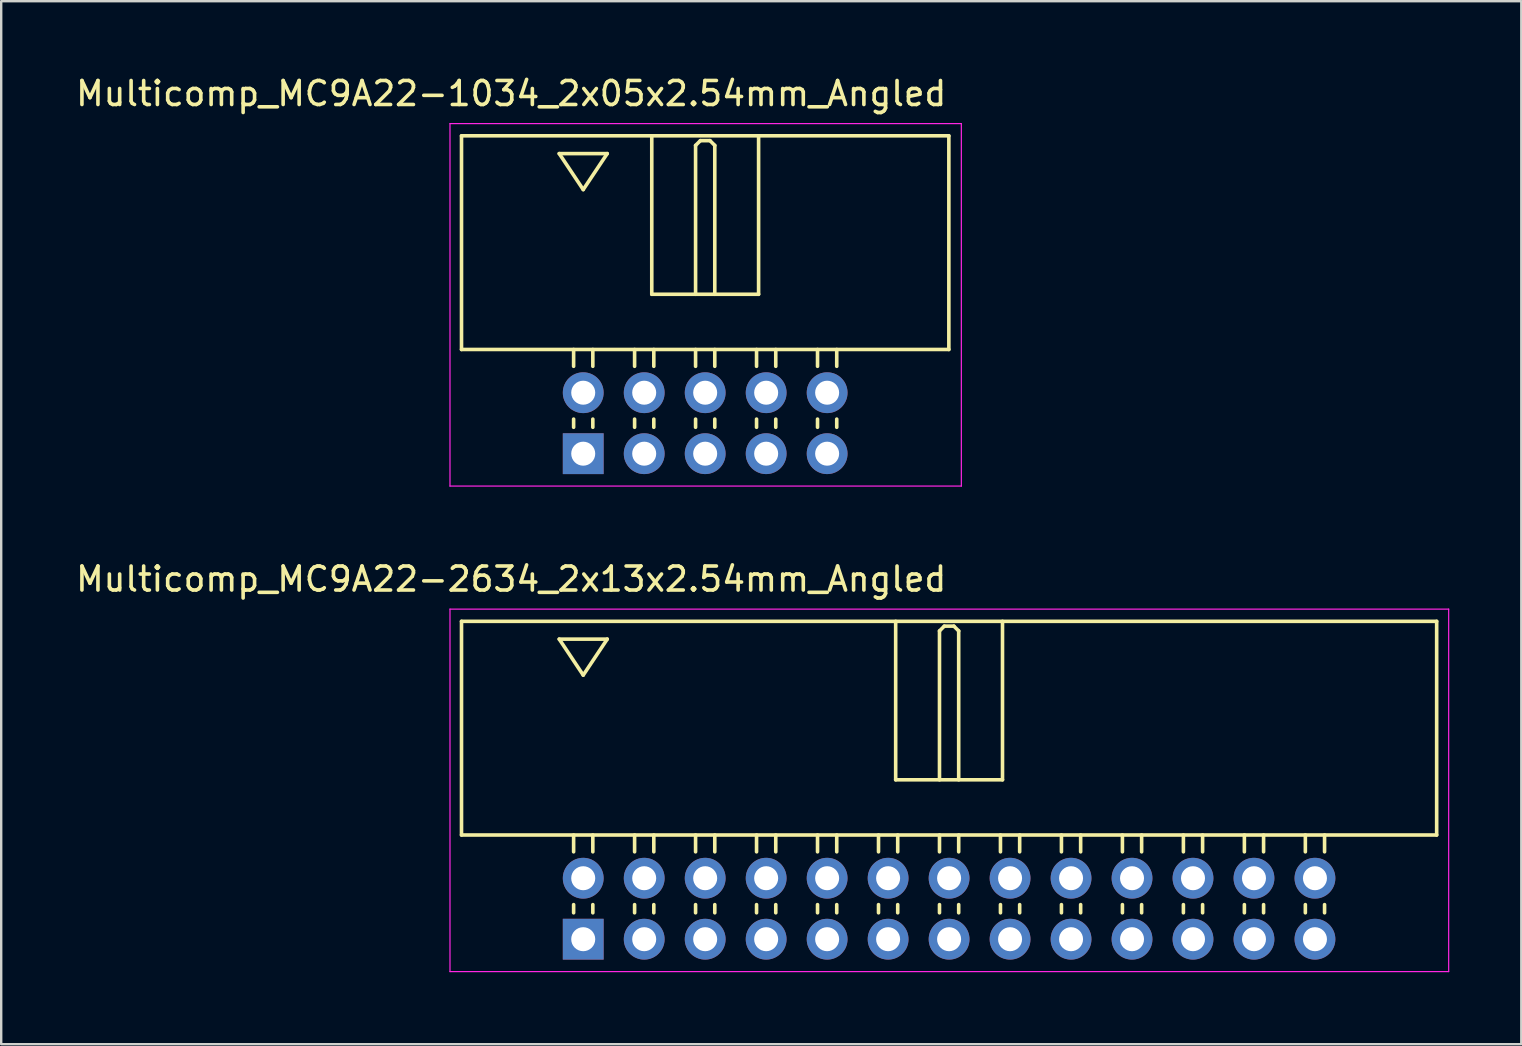
<source format=kicad_pcb>
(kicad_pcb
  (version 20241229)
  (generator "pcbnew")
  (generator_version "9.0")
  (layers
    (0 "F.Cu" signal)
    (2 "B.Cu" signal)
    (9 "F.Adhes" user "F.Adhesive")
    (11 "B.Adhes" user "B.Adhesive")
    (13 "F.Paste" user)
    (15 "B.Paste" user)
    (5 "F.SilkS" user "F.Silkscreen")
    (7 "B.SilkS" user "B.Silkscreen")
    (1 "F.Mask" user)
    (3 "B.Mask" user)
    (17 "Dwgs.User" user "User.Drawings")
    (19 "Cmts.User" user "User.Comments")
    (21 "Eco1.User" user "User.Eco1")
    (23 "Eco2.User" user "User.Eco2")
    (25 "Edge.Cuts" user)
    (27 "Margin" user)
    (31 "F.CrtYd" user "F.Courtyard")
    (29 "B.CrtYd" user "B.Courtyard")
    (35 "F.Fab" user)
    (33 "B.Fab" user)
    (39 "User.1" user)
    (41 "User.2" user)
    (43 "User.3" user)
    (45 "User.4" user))
  (footprint "Multicomp_MC9A22-1034_2x05x2.54mm_Angled"
    (layer "F.Cu")
    (at 21.244 15.848)
    (property "Reference" "Multicomp_MC9A22-1034_2x05x2.54mm_Angled" (at -3 -15 0) (layer "F.SilkS") (effects (font (size 1 1) (thickness 0.15))))
    (attr through_hole)
    (fp_line (start -5.07 -13.24) (end 15.23 -13.24) (stroke (width 0.15) (type solid)) (layer "F.SilkS"))
    (fp_line (start -5.07 -4.34) (end -5.07 -13.24) (stroke (width 0.15) (type solid)) (layer "F.SilkS"))
    (fp_line (start -1 -12.5) (end 1 -12.5) (stroke (width 0.15) (type solid)) (layer "F.SilkS"))
    (fp_line (start -0.4 -3.64) (end -0.4 -4.34) (stroke (width 0.15) (type solid)) (layer "F.SilkS"))
    (fp_line (start -0.4 -1.1) (end -0.4 -1.44) (stroke (width 0.15) (type solid)) (layer "F.SilkS"))
    (fp_line (start 0 -11) (end -1 -12.5) (stroke (width 0.15) (type solid)) (layer "F.SilkS"))
    (fp_line (start 0.4 -3.64) (end 0.4 -4.34) (stroke (width 0.15) (type solid)) (layer "F.SilkS"))
    (fp_line (start 0.4 -1.1) (end 0.4 -1.44) (stroke (width 0.15) (type solid)) (layer "F.SilkS"))
    (fp_line (start 1 -12.5) (end 0 -11) (stroke (width 0.15) (type solid)) (layer "F.SilkS"))
    (fp_line (start 2.14 -3.64) (end 2.14 -4.34) (stroke (width 0.15) (type solid)) (layer "F.SilkS"))
    (fp_line (start 2.14 -1.1) (end 2.14 -1.44) (stroke (width 0.15) (type solid)) (layer "F.SilkS"))
    (fp_line (start 2.855 -13.24) (end 2.855 -6.64) (stroke (width 0.15) (type solid)) (layer "F.SilkS"))
    (fp_line (start 2.855 -6.64) (end 7.305 -6.64) (stroke (width 0.15) (type solid)) (layer "F.SilkS"))
    (fp_line (start 2.94 -3.64) (end 2.94 -4.34) (stroke (width 0.15) (type solid)) (layer "F.SilkS"))
    (fp_line (start 2.94 -1.1) (end 2.94 -1.44) (stroke (width 0.15) (type solid)) (layer "F.SilkS"))
    (fp_line (start 4.68 -12.84) (end 4.88 -13.04) (stroke (width 0.15) (type solid)) (layer "F.SilkS"))
    (fp_line (start 4.68 -6.64) (end 4.68 -12.84) (stroke (width 0.15) (type solid)) (layer "F.SilkS"))
    (fp_line (start 4.68 -3.64) (end 4.68 -4.34) (stroke (width 0.15) (type solid)) (layer "F.SilkS"))
    (fp_line (start 4.68 -1.1) (end 4.68 -1.44) (stroke (width 0.15) (type solid)) (layer "F.SilkS"))
    (fp_line (start 4.88 -13.04) (end 5.28 -13.04) (stroke (width 0.15) (type solid)) (layer "F.SilkS"))
    (fp_line (start 5.28 -13.04) (end 5.48 -12.84) (stroke (width 0.15) (type solid)) (layer "F.SilkS"))
    (fp_line (start 5.48 -12.84) (end 5.48 -6.64) (stroke (width 0.15) (type solid)) (layer "F.SilkS"))
    (fp_line (start 5.48 -3.64) (end 5.48 -4.34) (stroke (width 0.15) (type solid)) (layer "F.SilkS"))
    (fp_line (start 5.48 -1.1) (end 5.48 -1.44) (stroke (width 0.15) (type solid)) (layer "F.SilkS"))
    (fp_line (start 7.22 -3.64) (end 7.22 -4.34) (stroke (width 0.15) (type solid)) (layer "F.SilkS"))
    (fp_line (start 7.22 -1.1) (end 7.22 -1.44) (stroke (width 0.15) (type solid)) (layer "F.SilkS"))
    (fp_line (start 7.305 -6.64) (end 7.305 -13.24) (stroke (width 0.15) (type solid)) (layer "F.SilkS"))
    (fp_line (start 8.02 -3.64) (end 8.02 -4.34) (stroke (width 0.15) (type solid)) (layer "F.SilkS"))
    (fp_line (start 8.02 -1.1) (end 8.02 -1.44) (stroke (width 0.15) (type solid)) (layer "F.SilkS"))
    (fp_line (start 9.76 -3.64) (end 9.76 -4.34) (stroke (width 0.15) (type solid)) (layer "F.SilkS"))
    (fp_line (start 9.76 -1.1) (end 9.76 -1.44) (stroke (width 0.15) (type solid)) (layer "F.SilkS"))
    (fp_line (start 10.56 -3.64) (end 10.56 -4.34) (stroke (width 0.15) (type solid)) (layer "F.SilkS"))
    (fp_line (start 10.56 -1.1) (end 10.56 -1.44) (stroke (width 0.15) (type solid)) (layer "F.SilkS"))
    (fp_line (start 15.23 -13.24) (end 15.23 -4.34) (stroke (width 0.15) (type solid)) (layer "F.SilkS"))
    (fp_line (start 15.23 -4.34) (end -5.07 -4.34) (stroke (width 0.15) (type solid)) (layer "F.SilkS"))
    (fp_line (start -5.55 -13.75) (end 15.75 -13.75) (stroke (width 0.05) (type solid)) (layer "F.CrtYd"))
    (fp_line (start -5.55 1.35) (end -5.55 -13.75) (stroke (width 0.05) (type solid)) (layer "F.CrtYd"))
    (fp_line (start 15.75 -13.75) (end 15.75 1.35) (stroke (width 0.05) (type solid)) (layer "F.CrtYd"))
    (fp_line (start 15.75 1.35) (end -5.55 1.35) (stroke (width 0.05) (type solid)) (layer "F.CrtYd"))
    (pad "1" thru_hole rect (at 0 0) (size 1.7 1.7) (drill 1) (layers "*.Cu" "*.Mask"))
    (pad "2" thru_hole circle (at 0 -2.54) (size 1.7 1.7) (drill 1) (layers "*.Cu" "*.Mask"))
    (pad "3" thru_hole circle (at 2.54 0) (size 1.7 1.7) (drill 1) (layers "*.Cu" "*.Mask"))
    (pad "4" thru_hole circle (at 2.54 -2.54) (size 1.7 1.7) (drill 1) (layers "*.Cu" "*.Mask"))
    (pad "5" thru_hole circle (at 5.08 0) (size 1.7 1.7) (drill 1) (layers "*.Cu" "*.Mask"))
    (pad "6" thru_hole circle (at 5.08 -2.54) (size 1.7 1.7) (drill 1) (layers "*.Cu" "*.Mask"))
    (pad "7" thru_hole circle (at 7.62 0) (size 1.7 1.7) (drill 1) (layers "*.Cu" "*.Mask"))
    (pad "8" thru_hole circle (at 7.62 -2.54) (size 1.7 1.7) (drill 1) (layers "*.Cu" "*.Mask"))
    (pad "9" thru_hole circle (at 10.16 0) (size 1.7 1.7) (drill 1) (layers "*.Cu" "*.Mask"))
    (pad "10" thru_hole circle (at 10.16 -2.54) (size 1.7 1.7) (drill 1) (layers "*.Cu" "*.Mask")))
  (footprint "Multicomp_MC9A22-2634_2x13x2.54mm_Angled"
    (layer "F.Cu")
    (at 21.244 36.072)
    (property "Reference" "Multicomp_MC9A22-2634_2x13x2.54mm_Angled" (at -3 -15 0) (layer "F.SilkS") (effects (font (size 1 1) (thickness 0.15))))
    (attr through_hole)
    (fp_line (start -5.07 -13.24) (end 35.55 -13.24) (stroke (width 0.15) (type solid)) (layer "F.SilkS"))
    (fp_line (start -5.07 -4.34) (end -5.07 -13.24) (stroke (width 0.15) (type solid)) (layer "F.SilkS"))
    (fp_line (start -1 -12.5) (end 1 -12.5) (stroke (width 0.15) (type solid)) (layer "F.SilkS"))
    (fp_line (start -0.4 -3.64) (end -0.4 -4.34) (stroke (width 0.15) (type solid)) (layer "F.SilkS"))
    (fp_line (start -0.4 -1.1) (end -0.4 -1.44) (stroke (width 0.15) (type solid)) (layer "F.SilkS"))
    (fp_line (start 0 -11) (end -1 -12.5) (stroke (width 0.15) (type solid)) (layer "F.SilkS"))
    (fp_line (start 0.4 -3.64) (end 0.4 -4.34) (stroke (width 0.15) (type solid)) (layer "F.SilkS"))
    (fp_line (start 0.4 -1.1) (end 0.4 -1.44) (stroke (width 0.15) (type solid)) (layer "F.SilkS"))
    (fp_line (start 1 -12.5) (end 0 -11) (stroke (width 0.15) (type solid)) (layer "F.SilkS"))
    (fp_line (start 2.14 -3.64) (end 2.14 -4.34) (stroke (width 0.15) (type solid)) (layer "F.SilkS"))
    (fp_line (start 2.14 -1.1) (end 2.14 -1.44) (stroke (width 0.15) (type solid)) (layer "F.SilkS"))
    (fp_line (start 2.94 -3.64) (end 2.94 -4.34) (stroke (width 0.15) (type solid)) (layer "F.SilkS"))
    (fp_line (start 2.94 -1.1) (end 2.94 -1.44) (stroke (width 0.15) (type solid)) (layer "F.SilkS"))
    (fp_line (start 4.68 -3.64) (end 4.68 -4.34) (stroke (width 0.15) (type solid)) (layer "F.SilkS"))
    (fp_line (start 4.68 -1.1) (end 4.68 -1.44) (stroke (width 0.15) (type solid)) (layer "F.SilkS"))
    (fp_line (start 5.48 -3.64) (end 5.48 -4.34) (stroke (width 0.15) (type solid)) (layer "F.SilkS"))
    (fp_line (start 5.48 -1.1) (end 5.48 -1.44) (stroke (width 0.15) (type solid)) (layer "F.SilkS"))
    (fp_line (start 7.22 -3.64) (end 7.22 -4.34) (stroke (width 0.15) (type solid)) (layer "F.SilkS"))
    (fp_line (start 7.22 -1.1) (end 7.22 -1.44) (stroke (width 0.15) (type solid)) (layer "F.SilkS"))
    (fp_line (start 8.02 -3.64) (end 8.02 -4.34) (stroke (width 0.15) (type solid)) (layer "F.SilkS"))
    (fp_line (start 8.02 -1.1) (end 8.02 -1.44) (stroke (width 0.15) (type solid)) (layer "F.SilkS"))
    (fp_line (start 9.76 -3.64) (end 9.76 -4.34) (stroke (width 0.15) (type solid)) (layer "F.SilkS"))
    (fp_line (start 9.76 -1.1) (end 9.76 -1.44) (stroke (width 0.15) (type solid)) (layer "F.SilkS"))
    (fp_line (start 10.56 -3.64) (end 10.56 -4.34) (stroke (width 0.15) (type solid)) (layer "F.SilkS"))
    (fp_line (start 10.56 -1.1) (end 10.56 -1.44) (stroke (width 0.15) (type solid)) (layer "F.SilkS"))
    (fp_line (start 12.3 -3.64) (end 12.3 -4.34) (stroke (width 0.15) (type solid)) (layer "F.SilkS"))
    (fp_line (start 12.3 -1.1) (end 12.3 -1.44) (stroke (width 0.15) (type solid)) (layer "F.SilkS"))
    (fp_line (start 13.015 -13.24) (end 13.015 -6.64) (stroke (width 0.15) (type solid)) (layer "F.SilkS"))
    (fp_line (start 13.015 -6.64) (end 17.465 -6.64) (stroke (width 0.15) (type solid)) (layer "F.SilkS"))
    (fp_line (start 13.1 -3.64) (end 13.1 -4.34) (stroke (width 0.15) (type solid)) (layer "F.SilkS"))
    (fp_line (start 13.1 -1.1) (end 13.1 -1.44) (stroke (width 0.15) (type solid)) (layer "F.SilkS"))
    (fp_line (start 14.84 -12.84) (end 15.04 -13.04) (stroke (width 0.15) (type solid)) (layer "F.SilkS"))
    (fp_line (start 14.84 -6.64) (end 14.84 -12.84) (stroke (width 0.15) (type solid)) (layer "F.SilkS"))
    (fp_line (start 14.84 -3.64) (end 14.84 -4.34) (stroke (width 0.15) (type solid)) (layer "F.SilkS"))
    (fp_line (start 14.84 -1.1) (end 14.84 -1.44) (stroke (width 0.15) (type solid)) (layer "F.SilkS"))
    (fp_line (start 15.04 -13.04) (end 15.44 -13.04) (stroke (width 0.15) (type solid)) (layer "F.SilkS"))
    (fp_line (start 15.44 -13.04) (end 15.64 -12.84) (stroke (width 0.15) (type solid)) (layer "F.SilkS"))
    (fp_line (start 15.64 -12.84) (end 15.64 -6.64) (stroke (width 0.15) (type solid)) (layer "F.SilkS"))
    (fp_line (start 15.64 -3.64) (end 15.64 -4.34) (stroke (width 0.15) (type solid)) (layer "F.SilkS"))
    (fp_line (start 15.64 -1.1) (end 15.64 -1.44) (stroke (width 0.15) (type solid)) (layer "F.SilkS"))
    (fp_line (start 17.38 -3.64) (end 17.38 -4.34) (stroke (width 0.15) (type solid)) (layer "F.SilkS"))
    (fp_line (start 17.38 -1.1) (end 17.38 -1.44) (stroke (width 0.15) (type solid)) (layer "F.SilkS"))
    (fp_line (start 17.465 -6.64) (end 17.465 -13.24) (stroke (width 0.15) (type solid)) (layer "F.SilkS"))
    (fp_line (start 18.18 -3.64) (end 18.18 -4.34) (stroke (width 0.15) (type solid)) (layer "F.SilkS"))
    (fp_line (start 18.18 -1.1) (end 18.18 -1.44) (stroke (width 0.15) (type solid)) (layer "F.SilkS"))
    (fp_line (start 19.92 -3.64) (end 19.92 -4.34) (stroke (width 0.15) (type solid)) (layer "F.SilkS"))
    (fp_line (start 19.92 -1.1) (end 19.92 -1.44) (stroke (width 0.15) (type solid)) (layer "F.SilkS"))
    (fp_line (start 20.72 -3.64) (end 20.72 -4.34) (stroke (width 0.15) (type solid)) (layer "F.SilkS"))
    (fp_line (start 20.72 -1.1) (end 20.72 -1.44) (stroke (width 0.15) (type solid)) (layer "F.SilkS"))
    (fp_line (start 22.46 -3.64) (end 22.46 -4.34) (stroke (width 0.15) (type solid)) (layer "F.SilkS"))
    (fp_line (start 22.46 -1.1) (end 22.46 -1.44) (stroke (width 0.15) (type solid)) (layer "F.SilkS"))
    (fp_line (start 23.26 -3.64) (end 23.26 -4.34) (stroke (width 0.15) (type solid)) (layer "F.SilkS"))
    (fp_line (start 23.26 -1.1) (end 23.26 -1.44) (stroke (width 0.15) (type solid)) (layer "F.SilkS"))
    (fp_line (start 25 -3.64) (end 25 -4.34) (stroke (width 0.15) (type solid)) (layer "F.SilkS"))
    (fp_line (start 25 -1.1) (end 25 -1.44) (stroke (width 0.15) (type solid)) (layer "F.SilkS"))
    (fp_line (start 25.8 -3.64) (end 25.8 -4.34) (stroke (width 0.15) (type solid)) (layer "F.SilkS"))
    (fp_line (start 25.8 -1.1) (end 25.8 -1.44) (stroke (width 0.15) (type solid)) (layer "F.SilkS"))
    (fp_line (start 27.54 -3.64) (end 27.54 -4.34) (stroke (width 0.15) (type solid)) (layer "F.SilkS"))
    (fp_line (start 27.54 -1.1) (end 27.54 -1.44) (stroke (width 0.15) (type solid)) (layer "F.SilkS"))
    (fp_line (start 28.34 -3.64) (end 28.34 -4.34) (stroke (width 0.15) (type solid)) (layer "F.SilkS"))
    (fp_line (start 28.34 -1.1) (end 28.34 -1.44) (stroke (width 0.15) (type solid)) (layer "F.SilkS"))
    (fp_line (start 30.08 -3.64) (end 30.08 -4.34) (stroke (width 0.15) (type solid)) (layer "F.SilkS"))
    (fp_line (start 30.08 -1.1) (end 30.08 -1.44) (stroke (width 0.15) (type solid)) (layer "F.SilkS"))
    (fp_line (start 30.88 -3.64) (end 30.88 -4.34) (stroke (width 0.15) (type solid)) (layer "F.SilkS"))
    (fp_line (start 30.88 -1.1) (end 30.88 -1.44) (stroke (width 0.15) (type solid)) (layer "F.SilkS"))
    (fp_line (start 35.55 -13.24) (end 35.55 -4.34) (stroke (width 0.15) (type solid)) (layer "F.SilkS"))
    (fp_line (start 35.55 -4.34) (end -5.07 -4.34) (stroke (width 0.15) (type solid)) (layer "F.SilkS"))
    (fp_line (start -5.55 -13.75) (end 36.05 -13.75) (stroke (width 0.05) (type solid)) (layer "F.CrtYd"))
    (fp_line (start -5.55 1.35) (end -5.55 -13.75) (stroke (width 0.05) (type solid)) (layer "F.CrtYd"))
    (fp_line (start 36.05 -13.75) (end 36.05 1.35) (stroke (width 0.05) (type solid)) (layer "F.CrtYd"))
    (fp_line (start 36.05 1.35) (end -5.55 1.35) (stroke (width 0.05) (type solid)) (layer "F.CrtYd"))
    (pad "1" thru_hole rect (at 0 0) (size 1.7 1.7) (drill 1) (layers "*.Cu" "*.Mask"))
    (pad "2" thru_hole circle (at 0 -2.54) (size 1.7 1.7) (drill 1) (layers "*.Cu" "*.Mask"))
    (pad "3" thru_hole circle (at 2.54 0) (size 1.7 1.7) (drill 1) (layers "*.Cu" "*.Mask"))
    (pad "4" thru_hole circle (at 2.54 -2.54) (size 1.7 1.7) (drill 1) (layers "*.Cu" "*.Mask"))
    (pad "5" thru_hole circle (at 5.08 0) (size 1.7 1.7) (drill 1) (layers "*.Cu" "*.Mask"))
    (pad "6" thru_hole circle (at 5.08 -2.54) (size 1.7 1.7) (drill 1) (layers "*.Cu" "*.Mask"))
    (pad "7" thru_hole circle (at 7.62 0) (size 1.7 1.7) (drill 1) (layers "*.Cu" "*.Mask"))
    (pad "8" thru_hole circle (at 7.62 -2.54) (size 1.7 1.7) (drill 1) (layers "*.Cu" "*.Mask"))
    (pad "9" thru_hole circle (at 10.16 0) (size 1.7 1.7) (drill 1) (layers "*.Cu" "*.Mask"))
    (pad "10" thru_hole circle (at 10.16 -2.54) (size 1.7 1.7) (drill 1) (layers "*.Cu" "*.Mask"))
    (pad "11" thru_hole circle (at 12.7 0) (size 1.7 1.7) (drill 1) (layers "*.Cu" "*.Mask"))
    (pad "12" thru_hole circle (at 12.7 -2.54) (size 1.7 1.7) (drill 1) (layers "*.Cu" "*.Mask"))
    (pad "13" thru_hole circle (at 15.24 0) (size 1.7 1.7) (drill 1) (layers "*.Cu" "*.Mask"))
    (pad "14" thru_hole circle (at 15.24 -2.54) (size 1.7 1.7) (drill 1) (layers "*.Cu" "*.Mask"))
    (pad "15" thru_hole circle (at 17.78 0) (size 1.7 1.7) (drill 1) (layers "*.Cu" "*.Mask"))
    (pad "16" thru_hole circle (at 17.78 -2.54) (size 1.7 1.7) (drill 1) (layers "*.Cu" "*.Mask"))
    (pad "17" thru_hole circle (at 20.32 0) (size 1.7 1.7) (drill 1) (layers "*.Cu" "*.Mask"))
    (pad "18" thru_hole circle (at 20.32 -2.54) (size 1.7 1.7) (drill 1) (layers "*.Cu" "*.Mask"))
    (pad "19" thru_hole circle (at 22.86 0) (size 1.7 1.7) (drill 1) (layers "*.Cu" "*.Mask"))
    (pad "20" thru_hole circle (at 22.86 -2.54) (size 1.7 1.7) (drill 1) (layers "*.Cu" "*.Mask"))
    (pad "21" thru_hole circle (at 25.4 0) (size 1.7 1.7) (drill 1) (layers "*.Cu" "*.Mask"))
    (pad "22" thru_hole circle (at 25.4 -2.54) (size 1.7 1.7) (drill 1) (layers "*.Cu" "*.Mask"))
    (pad "23" thru_hole circle (at 27.94 0) (size 1.7 1.7) (drill 1) (layers "*.Cu" "*.Mask"))
    (pad "24" thru_hole circle (at 27.94 -2.54) (size 1.7 1.7) (drill 1) (layers "*.Cu" "*.Mask"))
    (pad "25" thru_hole circle (at 30.48 0) (size 1.7 1.7) (drill 1) (layers "*.Cu" "*.Mask"))
    (pad "26" thru_hole circle (at 30.48 -2.54) (size 1.7 1.7) (drill 1) (layers "*.Cu" "*.Mask")))
  (gr_rect
    (start -3 -3)
    (end 60.319 40.447)
    (stroke (width 0.1) (type default))
    (fill no)
    (layer "Edge.Cuts")))
</source>
